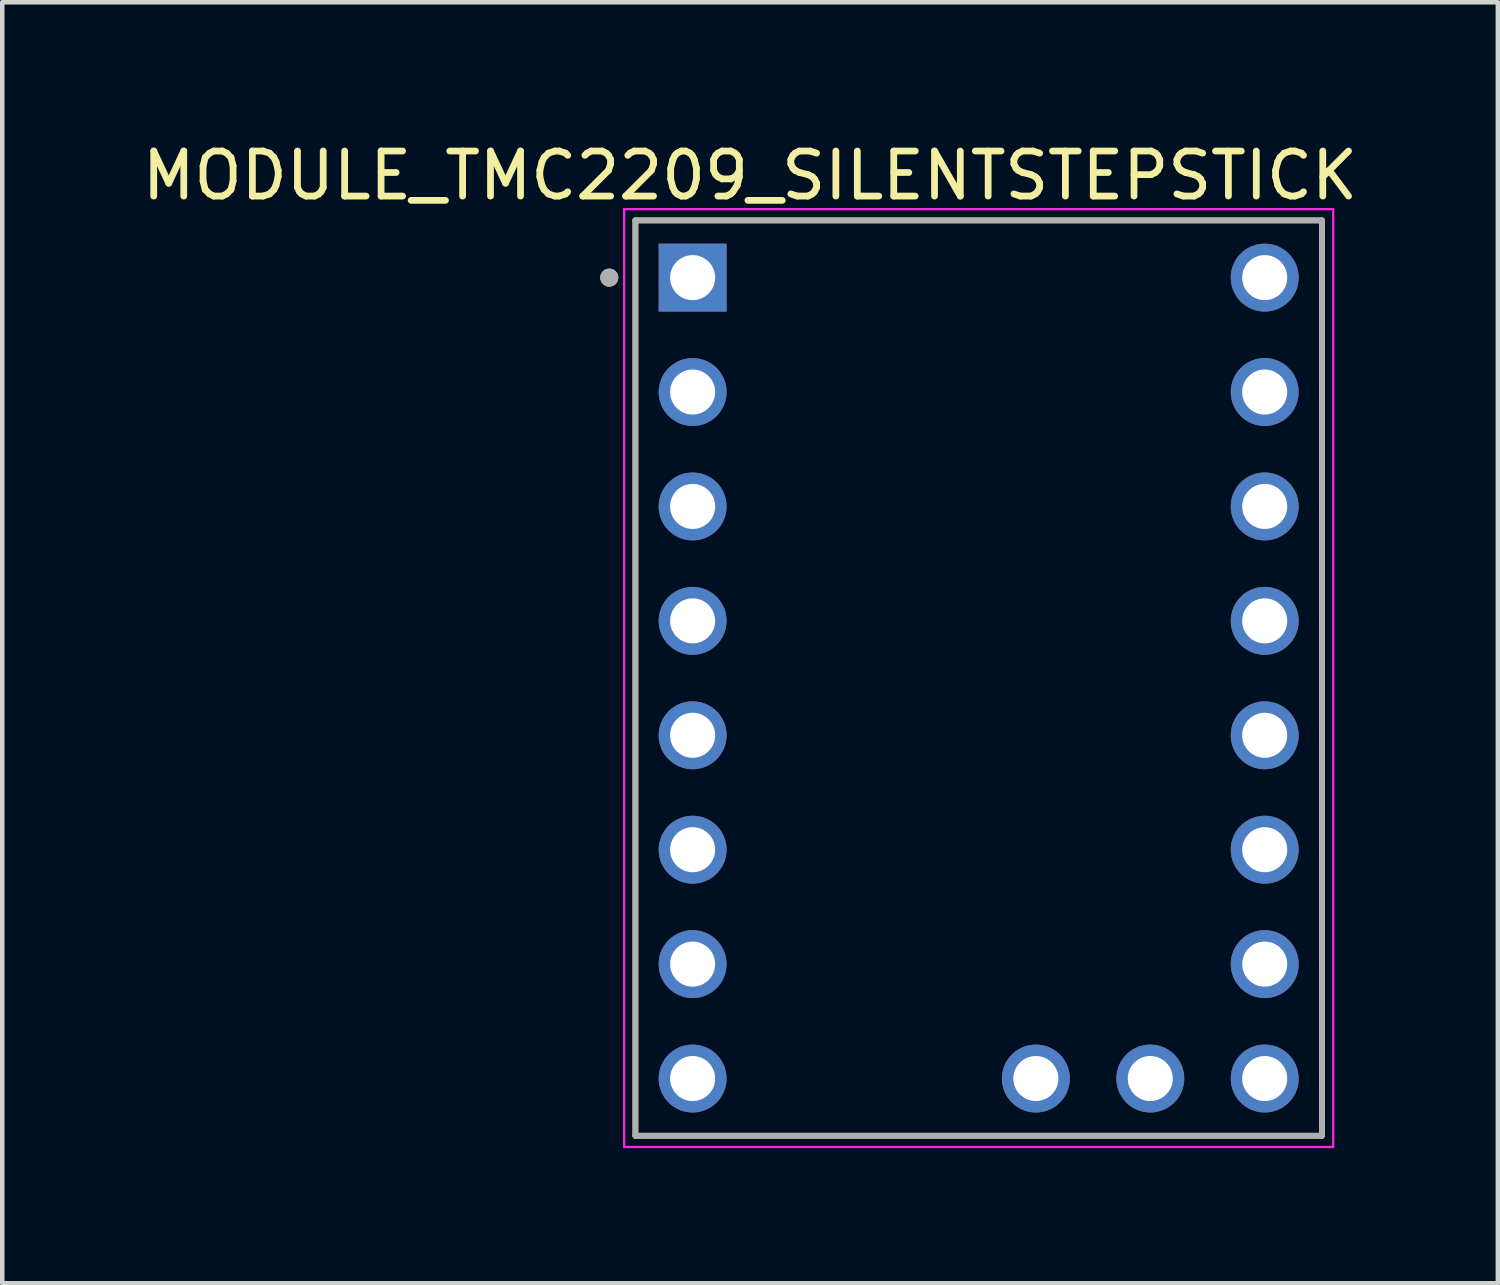
<source format=kicad_pcb>
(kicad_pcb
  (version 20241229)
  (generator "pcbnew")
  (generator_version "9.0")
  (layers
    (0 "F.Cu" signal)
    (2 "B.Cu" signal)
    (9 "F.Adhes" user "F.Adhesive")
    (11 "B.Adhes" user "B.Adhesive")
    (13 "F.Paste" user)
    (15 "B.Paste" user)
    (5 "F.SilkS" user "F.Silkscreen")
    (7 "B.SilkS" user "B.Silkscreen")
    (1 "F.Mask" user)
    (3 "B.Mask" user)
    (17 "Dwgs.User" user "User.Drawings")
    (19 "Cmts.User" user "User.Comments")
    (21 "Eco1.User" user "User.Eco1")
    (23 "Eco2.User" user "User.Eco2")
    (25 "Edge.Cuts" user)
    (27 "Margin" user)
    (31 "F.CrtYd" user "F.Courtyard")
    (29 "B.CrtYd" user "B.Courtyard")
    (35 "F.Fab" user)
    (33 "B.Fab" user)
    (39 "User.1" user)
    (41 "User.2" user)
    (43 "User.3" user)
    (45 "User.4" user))
  (footprint "MODULE_TMC2209_SILENTSTEPSTICK"
    (layer "F.Cu")
    (at 18.676 12.003)
    (property "Reference" "MODULE_TMC2209_SILENTSTEPSTICK" (at -5.075 -11.155 0) (layer "F.SilkS") (effects (font (size 1 1) (thickness 0.15))))
    (attr through_hole)
    (fp_line (start -7.62 -10.16) (end 7.62 -10.16) (stroke (width 0.127) (type solid)) (layer "F.SilkS"))
    (fp_line (start -7.62 10.16) (end -7.62 -10.16) (stroke (width 0.127) (type solid)) (layer "F.SilkS"))
    (fp_line (start 7.62 -10.16) (end 7.62 10.16) (stroke (width 0.127) (type solid)) (layer "F.SilkS"))
    (fp_line (start 7.62 10.16) (end -7.62 10.16) (stroke (width 0.127) (type solid)) (layer "F.SilkS"))
    (fp_circle (center -8.2 -8.89) (end -8.1 -8.89) (stroke (width 0.2) (type solid)) (fill no) (layer "F.SilkS"))
    (fp_line (start -7.87 -10.41) (end 7.87 -10.41) (stroke (width 0.05) (type solid)) (layer "F.CrtYd"))
    (fp_line (start -7.87 10.41) (end -7.87 -10.41) (stroke (width 0.05) (type solid)) (layer "F.CrtYd"))
    (fp_line (start 7.87 -10.41) (end 7.87 10.41) (stroke (width 0.05) (type solid)) (layer "F.CrtYd"))
    (fp_line (start 7.87 10.41) (end -7.87 10.41) (stroke (width 0.05) (type solid)) (layer "F.CrtYd"))
    (fp_line (start -7.62 -10.16) (end 7.62 -10.16) (stroke (width 0.127) (type solid)) (layer "F.Fab"))
    (fp_line (start -7.62 10.16) (end -7.62 -10.16) (stroke (width 0.127) (type solid)) (layer "F.Fab"))
    (fp_line (start 7.62 -10.16) (end 7.62 10.16) (stroke (width 0.127) (type solid)) (layer "F.Fab"))
    (fp_line (start 7.62 10.16) (end -7.62 10.16) (stroke (width 0.127) (type solid)) (layer "F.Fab"))
    (fp_circle (center -8.2 -8.89) (end -8.1 -8.89) (stroke (width 0.2) (type solid)) (fill no) (layer "F.Fab"))
    (pad "1" thru_hole rect (at -6.35 -8.89) (size 1.508 1.508) (drill 1) (layers "*.Cu" "*.Mask"))
    (pad "2" thru_hole circle (at -6.35 -6.35) (size 1.508 1.508) (drill 1) (layers "*.Cu" "*.Mask"))
    (pad "3" thru_hole circle (at -6.35 -3.81) (size 1.508 1.508) (drill 1) (layers "*.Cu" "*.Mask"))
    (pad "4" thru_hole circle (at -6.35 -1.27) (size 1.508 1.508) (drill 1) (layers "*.Cu" "*.Mask"))
    (pad "5" thru_hole circle (at -6.35 1.27) (size 1.508 1.508) (drill 1) (layers "*.Cu" "*.Mask"))
    (pad "6" thru_hole circle (at -6.35 3.81) (size 1.508 1.508) (drill 1) (layers "*.Cu" "*.Mask"))
    (pad "7" thru_hole circle (at -6.35 6.35) (size 1.508 1.508) (drill 1) (layers "*.Cu" "*.Mask"))
    (pad "8" thru_hole circle (at -6.35 8.89) (size 1.508 1.508) (drill 1) (layers "*.Cu" "*.Mask"))
    (pad "9" thru_hole circle (at 6.35 -8.89) (size 1.508 1.508) (drill 1) (layers "*.Cu" "*.Mask"))
    (pad "10" thru_hole circle (at 6.35 -6.35) (size 1.508 1.508) (drill 1) (layers "*.Cu" "*.Mask"))
    (pad "11" thru_hole circle (at 6.35 -3.81) (size 1.508 1.508) (drill 1) (layers "*.Cu" "*.Mask"))
    (pad "12" thru_hole circle (at 6.35 -1.27) (size 1.508 1.508) (drill 1) (layers "*.Cu" "*.Mask"))
    (pad "13" thru_hole circle (at 6.35 1.27) (size 1.508 1.508) (drill 1) (layers "*.Cu" "*.Mask"))
    (pad "14" thru_hole circle (at 6.35 3.81) (size 1.508 1.508) (drill 1) (layers "*.Cu" "*.Mask"))
    (pad "15" thru_hole circle (at 6.35 6.35) (size 1.508 1.508) (drill 1) (layers "*.Cu" "*.Mask"))
    (pad "16" thru_hole circle (at 6.35 8.89) (size 1.508 1.508) (drill 1) (layers "*.Cu" "*.Mask"))
    (pad "17" thru_hole circle (at 1.27 8.89) (size 1.508 1.508) (drill 1) (layers "*.Cu" "*.Mask"))
    (pad "18" thru_hole circle (at 3.81 8.89) (size 1.508 1.508) (drill 1) (layers "*.Cu" "*.Mask")))
  (gr_rect
    (start -3 -3)
    (end 30.202 25.438)
    (stroke (width 0.1) (type default))
    (fill no)
    (layer "Edge.Cuts")))
</source>
